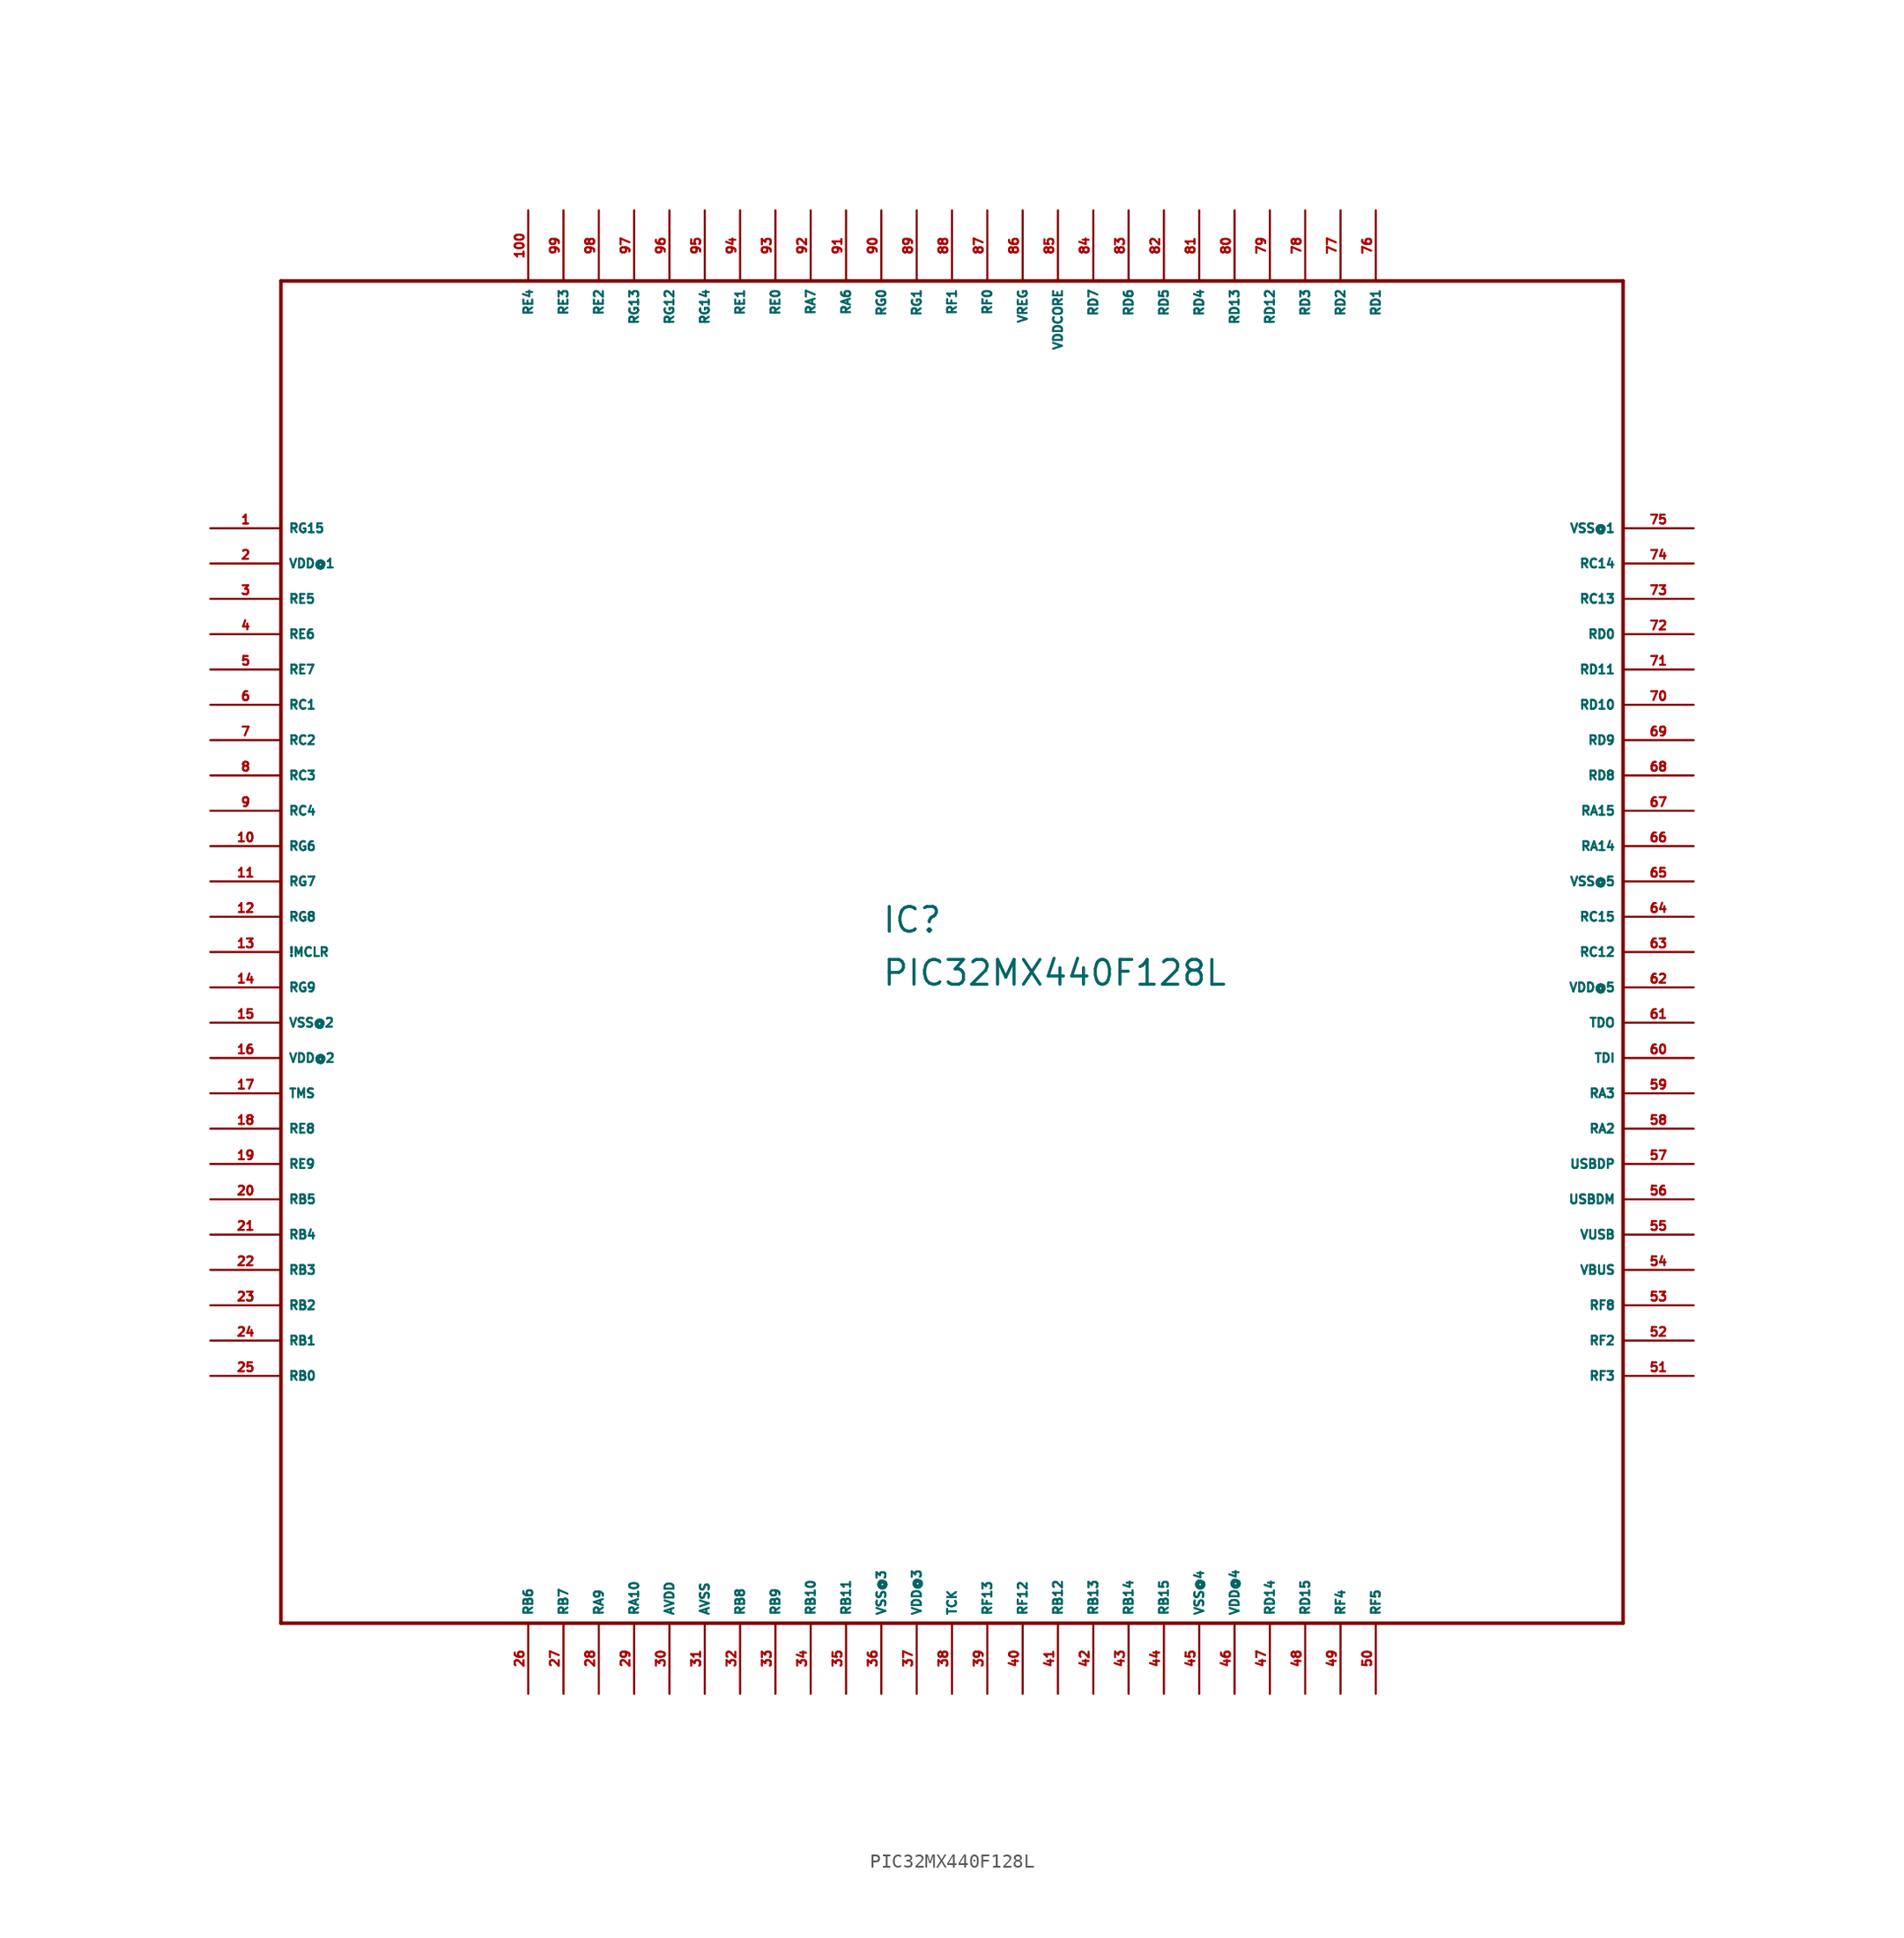
<source format=kicad_sym>
(kicad_symbol_lib
  (version 20220914)
  (generator Eagle2Kicad)
  (symbol "PIC32MX440F128L"
    (property "Reference" "IC"
      (at -5.08 1.27 0)
      (effects (font (size 1.778 1.778) (thickness 0.22)) (justify left bottom)))
    (property "Value" "PIC32MX440F128L"
      (at -5.08 -2.54 0)
      (effects (font (size 1.778 1.778) (thickness 0.22)) (justify left bottom)))
    (polyline
      (pts (xy -48.26 -48.26) (xy 48.26 -48.26))
      (stroke (width 0.254) (type default))
      (fill (type none)))
    (polyline
      (pts (xy 48.26 -48.26) (xy 48.26 48.26))
      (stroke (width 0.254) (type default))
      (fill (type none)))
    (polyline
      (pts (xy 48.26 48.26) (xy -48.26 48.26))
      (stroke (width 0.254) (type default))
      (fill (type none)))
    (polyline
      (pts (xy -48.26 48.26) (xy -48.26 -48.26))
      (stroke (width 0.254) (type default))
      (fill (type none)))
    (pin bidirectional line
      (at -53.34 30.48 0)
      (length 5.08)
      (name "RG15" (effects (font (size 0.635 0.635) (thickness 0.08)) (justify left bottom)))
      (number "1" (effects (font (size 0.635 0.635) (thickness 0.08)) (justify left bottom))))
    (pin unspecified line
      (at -53.34 27.94 0)
      (length 5.08)
      (name "VDD@1" (effects (font (size 0.635 0.635) (thickness 0.08)) (justify left bottom)))
      (number "2" (effects (font (size 0.635 0.635) (thickness 0.08)) (justify left bottom))))
    (pin bidirectional line
      (at -53.34 25.4 0)
      (length 5.08)
      (name "RE5" (effects (font (size 0.635 0.635) (thickness 0.08)) (justify left bottom)))
      (number "3" (effects (font (size 0.635 0.635) (thickness 0.08)) (justify left bottom))))
    (pin bidirectional line
      (at -53.34 22.86 0)
      (length 5.08)
      (name "RE6" (effects (font (size 0.635 0.635) (thickness 0.08)) (justify left bottom)))
      (number "4" (effects (font (size 0.635 0.635) (thickness 0.08)) (justify left bottom))))
    (pin bidirectional line
      (at -53.34 20.32 0)
      (length 5.08)
      (name "RE7" (effects (font (size 0.635 0.635) (thickness 0.08)) (justify left bottom)))
      (number "5" (effects (font (size 0.635 0.635) (thickness 0.08)) (justify left bottom))))
    (pin bidirectional line
      (at -53.34 17.78 0)
      (length 5.08)
      (name "RC1" (effects (font (size 0.635 0.635) (thickness 0.08)) (justify left bottom)))
      (number "6" (effects (font (size 0.635 0.635) (thickness 0.08)) (justify left bottom))))
    (pin bidirectional line
      (at -53.34 15.24 0)
      (length 5.08)
      (name "RC2" (effects (font (size 0.635 0.635) (thickness 0.08)) (justify left bottom)))
      (number "7" (effects (font (size 0.635 0.635) (thickness 0.08)) (justify left bottom))))
    (pin bidirectional line
      (at -53.34 12.7 0)
      (length 5.08)
      (name "RC3" (effects (font (size 0.635 0.635) (thickness 0.08)) (justify left bottom)))
      (number "8" (effects (font (size 0.635 0.635) (thickness 0.08)) (justify left bottom))))
    (pin bidirectional line
      (at -53.34 10.16 0)
      (length 5.08)
      (name "RC4" (effects (font (size 0.635 0.635) (thickness 0.08)) (justify left bottom)))
      (number "9" (effects (font (size 0.635 0.635) (thickness 0.08)) (justify left bottom))))
    (pin bidirectional line
      (at -53.34 7.62 0)
      (length 5.08)
      (name "RG6" (effects (font (size 0.635 0.635) (thickness 0.08)) (justify left bottom)))
      (number "10" (effects (font (size 0.635 0.635) (thickness 0.08)) (justify left bottom))))
    (pin bidirectional line
      (at -53.34 5.08 0)
      (length 5.08)
      (name "RG7" (effects (font (size 0.635 0.635) (thickness 0.08)) (justify left bottom)))
      (number "11" (effects (font (size 0.635 0.635) (thickness 0.08)) (justify left bottom))))
    (pin bidirectional line
      (at -53.34 2.54 0)
      (length 5.08)
      (name "RG8" (effects (font (size 0.635 0.635) (thickness 0.08)) (justify left bottom)))
      (number "12" (effects (font (size 0.635 0.635) (thickness 0.08)) (justify left bottom))))
    (pin input line
      (at -53.34 0 0)
      (length 5.08)
      (name "!MCLR" (effects (font (size 0.635 0.635) (thickness 0.08)) (justify left bottom)))
      (number "13" (effects (font (size 0.635 0.635) (thickness 0.08)) (justify left bottom))))
    (pin bidirectional line
      (at -53.34 -2.54 0)
      (length 5.08)
      (name "RG9" (effects (font (size 0.635 0.635) (thickness 0.08)) (justify left bottom)))
      (number "14" (effects (font (size 0.635 0.635) (thickness 0.08)) (justify left bottom))))
    (pin unspecified line
      (at -53.34 -5.08 0)
      (length 5.08)
      (name "VSS@2" (effects (font (size 0.635 0.635) (thickness 0.08)) (justify left bottom)))
      (number "15" (effects (font (size 0.635 0.635) (thickness 0.08)) (justify left bottom))))
    (pin unspecified line
      (at -53.34 -7.62 0)
      (length 5.08)
      (name "VDD@2" (effects (font (size 0.635 0.635) (thickness 0.08)) (justify left bottom)))
      (number "16" (effects (font (size 0.635 0.635) (thickness 0.08)) (justify left bottom))))
    (pin input line
      (at -53.34 -10.16 0)
      (length 5.08)
      (name "TMS" (effects (font (size 0.635 0.635) (thickness 0.08)) (justify left bottom)))
      (number "17" (effects (font (size 0.635 0.635) (thickness 0.08)) (justify left bottom))))
    (pin bidirectional line
      (at -53.34 -12.7 0)
      (length 5.08)
      (name "RE8" (effects (font (size 0.635 0.635) (thickness 0.08)) (justify left bottom)))
      (number "18" (effects (font (size 0.635 0.635) (thickness 0.08)) (justify left bottom))))
    (pin bidirectional line
      (at -53.34 -15.24 0)
      (length 5.08)
      (name "RE9" (effects (font (size 0.635 0.635) (thickness 0.08)) (justify left bottom)))
      (number "19" (effects (font (size 0.635 0.635) (thickness 0.08)) (justify left bottom))))
    (pin bidirectional line
      (at -53.34 -17.78 0)
      (length 5.08)
      (name "RB5" (effects (font (size 0.635 0.635) (thickness 0.08)) (justify left bottom)))
      (number "20" (effects (font (size 0.635 0.635) (thickness 0.08)) (justify left bottom))))
    (pin bidirectional line
      (at -53.34 -20.32 0)
      (length 5.08)
      (name "RB4" (effects (font (size 0.635 0.635) (thickness 0.08)) (justify left bottom)))
      (number "21" (effects (font (size 0.635 0.635) (thickness 0.08)) (justify left bottom))))
    (pin bidirectional line
      (at -53.34 -22.86 0)
      (length 5.08)
      (name "RB3" (effects (font (size 0.635 0.635) (thickness 0.08)) (justify left bottom)))
      (number "22" (effects (font (size 0.635 0.635) (thickness 0.08)) (justify left bottom))))
    (pin bidirectional line
      (at -53.34 -25.4 0)
      (length 5.08)
      (name "RB2" (effects (font (size 0.635 0.635) (thickness 0.08)) (justify left bottom)))
      (number "23" (effects (font (size 0.635 0.635) (thickness 0.08)) (justify left bottom))))
    (pin bidirectional line
      (at -53.34 -27.94 0)
      (length 5.08)
      (name "RB1" (effects (font (size 0.635 0.635) (thickness 0.08)) (justify left bottom)))
      (number "24" (effects (font (size 0.635 0.635) (thickness 0.08)) (justify left bottom))))
    (pin bidirectional line
      (at -53.34 -30.48 0)
      (length 5.08)
      (name "RB0" (effects (font (size 0.635 0.635) (thickness 0.08)) (justify left bottom)))
      (number "25" (effects (font (size 0.635 0.635) (thickness 0.08)) (justify left bottom))))
    (pin bidirectional line
      (at -30.48 -53.34 90)
      (length 5.08)
      (name "RB6" (effects (font (size 0.635 0.635) (thickness 0.08)) (justify left bottom)))
      (number "26" (effects (font (size 0.635 0.635) (thickness 0.08)) (justify left bottom))))
    (pin bidirectional line
      (at -27.94 -53.34 90)
      (length 5.08)
      (name "RB7" (effects (font (size 0.635 0.635) (thickness 0.08)) (justify left bottom)))
      (number "27" (effects (font (size 0.635 0.635) (thickness 0.08)) (justify left bottom))))
    (pin bidirectional line
      (at -25.4 -53.34 90)
      (length 5.08)
      (name "RA9" (effects (font (size 0.635 0.635) (thickness 0.08)) (justify left bottom)))
      (number "28" (effects (font (size 0.635 0.635) (thickness 0.08)) (justify left bottom))))
    (pin bidirectional line
      (at -22.86 -53.34 90)
      (length 5.08)
      (name "RA10" (effects (font (size 0.635 0.635) (thickness 0.08)) (justify left bottom)))
      (number "29" (effects (font (size 0.635 0.635) (thickness 0.08)) (justify left bottom))))
    (pin unspecified line
      (at -20.32 -53.34 90)
      (length 5.08)
      (name "AVDD" (effects (font (size 0.635 0.635) (thickness 0.08)) (justify left bottom)))
      (number "30" (effects (font (size 0.635 0.635) (thickness 0.08)) (justify left bottom))))
    (pin unspecified line
      (at -17.78 -53.34 90)
      (length 5.08)
      (name "AVSS" (effects (font (size 0.635 0.635) (thickness 0.08)) (justify left bottom)))
      (number "31" (effects (font (size 0.635 0.635) (thickness 0.08)) (justify left bottom))))
    (pin bidirectional line
      (at -15.24 -53.34 90)
      (length 5.08)
      (name "RB8" (effects (font (size 0.635 0.635) (thickness 0.08)) (justify left bottom)))
      (number "32" (effects (font (size 0.635 0.635) (thickness 0.08)) (justify left bottom))))
    (pin bidirectional line
      (at -12.7 -53.34 90)
      (length 5.08)
      (name "RB9" (effects (font (size 0.635 0.635) (thickness 0.08)) (justify left bottom)))
      (number "33" (effects (font (size 0.635 0.635) (thickness 0.08)) (justify left bottom))))
    (pin bidirectional line
      (at -10.16 -53.34 90)
      (length 5.08)
      (name "RB10" (effects (font (size 0.635 0.635) (thickness 0.08)) (justify left bottom)))
      (number "34" (effects (font (size 0.635 0.635) (thickness 0.08)) (justify left bottom))))
    (pin bidirectional line
      (at -7.62 -53.34 90)
      (length 5.08)
      (name "RB11" (effects (font (size 0.635 0.635) (thickness 0.08)) (justify left bottom)))
      (number "35" (effects (font (size 0.635 0.635) (thickness 0.08)) (justify left bottom))))
    (pin unspecified line
      (at -5.08 -53.34 90)
      (length 5.08)
      (name "VSS@3" (effects (font (size 0.635 0.635) (thickness 0.08)) (justify left bottom)))
      (number "36" (effects (font (size 0.635 0.635) (thickness 0.08)) (justify left bottom))))
    (pin unspecified line
      (at -2.54 -53.34 90)
      (length 5.08)
      (name "VDD@3" (effects (font (size 0.635 0.635) (thickness 0.08)) (justify left bottom)))
      (number "37" (effects (font (size 0.635 0.635) (thickness 0.08)) (justify left bottom))))
    (pin input line
      (at 0 -53.34 90)
      (length 5.08)
      (name "TCK" (effects (font (size 0.635 0.635) (thickness 0.08)) (justify left bottom)))
      (number "38" (effects (font (size 0.635 0.635) (thickness 0.08)) (justify left bottom))))
    (pin bidirectional line
      (at 2.54 -53.34 90)
      (length 5.08)
      (name "RF13" (effects (font (size 0.635 0.635) (thickness 0.08)) (justify left bottom)))
      (number "39" (effects (font (size 0.635 0.635) (thickness 0.08)) (justify left bottom))))
    (pin bidirectional line
      (at 5.08 -53.34 90)
      (length 5.08)
      (name "RF12" (effects (font (size 0.635 0.635) (thickness 0.08)) (justify left bottom)))
      (number "40" (effects (font (size 0.635 0.635) (thickness 0.08)) (justify left bottom))))
    (pin bidirectional line
      (at 7.62 -53.34 90)
      (length 5.08)
      (name "RB12" (effects (font (size 0.635 0.635) (thickness 0.08)) (justify left bottom)))
      (number "41" (effects (font (size 0.635 0.635) (thickness 0.08)) (justify left bottom))))
    (pin bidirectional line
      (at 10.16 -53.34 90)
      (length 5.08)
      (name "RB13" (effects (font (size 0.635 0.635) (thickness 0.08)) (justify left bottom)))
      (number "42" (effects (font (size 0.635 0.635) (thickness 0.08)) (justify left bottom))))
    (pin bidirectional line
      (at 12.7 -53.34 90)
      (length 5.08)
      (name "RB14" (effects (font (size 0.635 0.635) (thickness 0.08)) (justify left bottom)))
      (number "43" (effects (font (size 0.635 0.635) (thickness 0.08)) (justify left bottom))))
    (pin bidirectional line
      (at 15.24 -53.34 90)
      (length 5.08)
      (name "RB15" (effects (font (size 0.635 0.635) (thickness 0.08)) (justify left bottom)))
      (number "44" (effects (font (size 0.635 0.635) (thickness 0.08)) (justify left bottom))))
    (pin unspecified line
      (at 17.78 -53.34 90)
      (length 5.08)
      (name "VSS@4" (effects (font (size 0.635 0.635) (thickness 0.08)) (justify left bottom)))
      (number "45" (effects (font (size 0.635 0.635) (thickness 0.08)) (justify left bottom))))
    (pin unspecified line
      (at 20.32 -53.34 90)
      (length 5.08)
      (name "VDD@4" (effects (font (size 0.635 0.635) (thickness 0.08)) (justify left bottom)))
      (number "46" (effects (font (size 0.635 0.635) (thickness 0.08)) (justify left bottom))))
    (pin bidirectional line
      (at 22.86 -53.34 90)
      (length 5.08)
      (name "RD14" (effects (font (size 0.635 0.635) (thickness 0.08)) (justify left bottom)))
      (number "47" (effects (font (size 0.635 0.635) (thickness 0.08)) (justify left bottom))))
    (pin bidirectional line
      (at 25.4 -53.34 90)
      (length 5.08)
      (name "RD15" (effects (font (size 0.635 0.635) (thickness 0.08)) (justify left bottom)))
      (number "48" (effects (font (size 0.635 0.635) (thickness 0.08)) (justify left bottom))))
    (pin bidirectional line
      (at 27.94 -53.34 90)
      (length 5.08)
      (name "RF4" (effects (font (size 0.635 0.635) (thickness 0.08)) (justify left bottom)))
      (number "49" (effects (font (size 0.635 0.635) (thickness 0.08)) (justify left bottom))))
    (pin bidirectional line
      (at 30.48 -53.34 90)
      (length 5.08)
      (name "RF5" (effects (font (size 0.635 0.635) (thickness 0.08)) (justify left bottom)))
      (number "50" (effects (font (size 0.635 0.635) (thickness 0.08)) (justify left bottom))))
    (pin bidirectional line
      (at 53.34 -30.48 180)
      (length 5.08)
      (name "RF3" (effects (font (size 0.635 0.635) (thickness 0.08)) (justify left bottom)))
      (number "51" (effects (font (size 0.635 0.635) (thickness 0.08)) (justify left bottom))))
    (pin bidirectional line
      (at 53.34 -27.94 180)
      (length 5.08)
      (name "RF2" (effects (font (size 0.635 0.635) (thickness 0.08)) (justify left bottom)))
      (number "52" (effects (font (size 0.635 0.635) (thickness 0.08)) (justify left bottom))))
    (pin bidirectional line
      (at 53.34 -25.4 180)
      (length 5.08)
      (name "RF8" (effects (font (size 0.635 0.635) (thickness 0.08)) (justify left bottom)))
      (number "53" (effects (font (size 0.635 0.635) (thickness 0.08)) (justify left bottom))))
    (pin bidirectional line
      (at 53.34 -22.86 180)
      (length 5.08)
      (name "VBUS" (effects (font (size 0.635 0.635) (thickness 0.08)) (justify left bottom)))
      (number "54" (effects (font (size 0.635 0.635) (thickness 0.08)) (justify left bottom))))
    (pin passive line
      (at 53.34 -20.32 180)
      (length 5.08)
      (name "VUSB" (effects (font (size 0.635 0.635) (thickness 0.08)) (justify left bottom)))
      (number "55" (effects (font (size 0.635 0.635) (thickness 0.08)) (justify left bottom))))
    (pin bidirectional line
      (at 53.34 -17.78 180)
      (length 5.08)
      (name "USBDM" (effects (font (size 0.635 0.635) (thickness 0.08)) (justify left bottom)))
      (number "56" (effects (font (size 0.635 0.635) (thickness 0.08)) (justify left bottom))))
    (pin bidirectional line
      (at 53.34 -15.24 180)
      (length 5.08)
      (name "USBDP" (effects (font (size 0.635 0.635) (thickness 0.08)) (justify left bottom)))
      (number "57" (effects (font (size 0.635 0.635) (thickness 0.08)) (justify left bottom))))
    (pin bidirectional line
      (at 53.34 -12.7 180)
      (length 5.08)
      (name "RA2" (effects (font (size 0.635 0.635) (thickness 0.08)) (justify left bottom)))
      (number "58" (effects (font (size 0.635 0.635) (thickness 0.08)) (justify left bottom))))
    (pin bidirectional line
      (at 53.34 -10.16 180)
      (length 5.08)
      (name "RA3" (effects (font (size 0.635 0.635) (thickness 0.08)) (justify left bottom)))
      (number "59" (effects (font (size 0.635 0.635) (thickness 0.08)) (justify left bottom))))
    (pin input line
      (at 53.34 -7.62 180)
      (length 5.08)
      (name "TDI" (effects (font (size 0.635 0.635) (thickness 0.08)) (justify left bottom)))
      (number "60" (effects (font (size 0.635 0.635) (thickness 0.08)) (justify left bottom))))
    (pin output line
      (at 53.34 -5.08 180)
      (length 5.08)
      (name "TDO" (effects (font (size 0.635 0.635) (thickness 0.08)) (justify left bottom)))
      (number "61" (effects (font (size 0.635 0.635) (thickness 0.08)) (justify left bottom))))
    (pin unspecified line
      (at 53.34 -2.54 180)
      (length 5.08)
      (name "VDD@5" (effects (font (size 0.635 0.635) (thickness 0.08)) (justify left bottom)))
      (number "62" (effects (font (size 0.635 0.635) (thickness 0.08)) (justify left bottom))))
    (pin bidirectional line
      (at 53.34 0 180)
      (length 5.08)
      (name "RC12" (effects (font (size 0.635 0.635) (thickness 0.08)) (justify left bottom)))
      (number "63" (effects (font (size 0.635 0.635) (thickness 0.08)) (justify left bottom))))
    (pin bidirectional line
      (at 53.34 2.54 180)
      (length 5.08)
      (name "RC15" (effects (font (size 0.635 0.635) (thickness 0.08)) (justify left bottom)))
      (number "64" (effects (font (size 0.635 0.635) (thickness 0.08)) (justify left bottom))))
    (pin unspecified line
      (at 53.34 5.08 180)
      (length 5.08)
      (name "VSS@5" (effects (font (size 0.635 0.635) (thickness 0.08)) (justify left bottom)))
      (number "65" (effects (font (size 0.635 0.635) (thickness 0.08)) (justify left bottom))))
    (pin bidirectional line
      (at 53.34 7.62 180)
      (length 5.08)
      (name "RA14" (effects (font (size 0.635 0.635) (thickness 0.08)) (justify left bottom)))
      (number "66" (effects (font (size 0.635 0.635) (thickness 0.08)) (justify left bottom))))
    (pin bidirectional line
      (at 53.34 10.16 180)
      (length 5.08)
      (name "RA15" (effects (font (size 0.635 0.635) (thickness 0.08)) (justify left bottom)))
      (number "67" (effects (font (size 0.635 0.635) (thickness 0.08)) (justify left bottom))))
    (pin bidirectional line
      (at 53.34 12.7 180)
      (length 5.08)
      (name "RD8" (effects (font (size 0.635 0.635) (thickness 0.08)) (justify left bottom)))
      (number "68" (effects (font (size 0.635 0.635) (thickness 0.08)) (justify left bottom))))
    (pin bidirectional line
      (at 53.34 15.24 180)
      (length 5.08)
      (name "RD9" (effects (font (size 0.635 0.635) (thickness 0.08)) (justify left bottom)))
      (number "69" (effects (font (size 0.635 0.635) (thickness 0.08)) (justify left bottom))))
    (pin bidirectional line
      (at 53.34 17.78 180)
      (length 5.08)
      (name "RD10" (effects (font (size 0.635 0.635) (thickness 0.08)) (justify left bottom)))
      (number "70" (effects (font (size 0.635 0.635) (thickness 0.08)) (justify left bottom))))
    (pin bidirectional line
      (at 53.34 20.32 180)
      (length 5.08)
      (name "RD11" (effects (font (size 0.635 0.635) (thickness 0.08)) (justify left bottom)))
      (number "71" (effects (font (size 0.635 0.635) (thickness 0.08)) (justify left bottom))))
    (pin bidirectional line
      (at 53.34 22.86 180)
      (length 5.08)
      (name "RD0" (effects (font (size 0.635 0.635) (thickness 0.08)) (justify left bottom)))
      (number "72" (effects (font (size 0.635 0.635) (thickness 0.08)) (justify left bottom))))
    (pin bidirectional line
      (at 53.34 25.4 180)
      (length 5.08)
      (name "RC13" (effects (font (size 0.635 0.635) (thickness 0.08)) (justify left bottom)))
      (number "73" (effects (font (size 0.635 0.635) (thickness 0.08)) (justify left bottom))))
    (pin bidirectional line
      (at 53.34 27.94 180)
      (length 5.08)
      (name "RC14" (effects (font (size 0.635 0.635) (thickness 0.08)) (justify left bottom)))
      (number "74" (effects (font (size 0.635 0.635) (thickness 0.08)) (justify left bottom))))
    (pin unspecified line
      (at 53.34 30.48 180)
      (length 5.08)
      (name "VSS@1" (effects (font (size 0.635 0.635) (thickness 0.08)) (justify left bottom)))
      (number "75" (effects (font (size 0.635 0.635) (thickness 0.08)) (justify left bottom))))
    (pin bidirectional line
      (at 30.48 53.34 270)
      (length 5.08)
      (name "RD1" (effects (font (size 0.635 0.635) (thickness 0.08)) (justify left bottom)))
      (number "76" (effects (font (size 0.635 0.635) (thickness 0.08)) (justify left bottom))))
    (pin bidirectional line
      (at 27.94 53.34 270)
      (length 5.08)
      (name "RD2" (effects (font (size 0.635 0.635) (thickness 0.08)) (justify left bottom)))
      (number "77" (effects (font (size 0.635 0.635) (thickness 0.08)) (justify left bottom))))
    (pin bidirectional line
      (at 25.4 53.34 270)
      (length 5.08)
      (name "RD3" (effects (font (size 0.635 0.635) (thickness 0.08)) (justify left bottom)))
      (number "78" (effects (font (size 0.635 0.635) (thickness 0.08)) (justify left bottom))))
    (pin bidirectional line
      (at 22.86 53.34 270)
      (length 5.08)
      (name "RD12" (effects (font (size 0.635 0.635) (thickness 0.08)) (justify left bottom)))
      (number "79" (effects (font (size 0.635 0.635) (thickness 0.08)) (justify left bottom))))
    (pin bidirectional line
      (at 20.32 53.34 270)
      (length 5.08)
      (name "RD13" (effects (font (size 0.635 0.635) (thickness 0.08)) (justify left bottom)))
      (number "80" (effects (font (size 0.635 0.635) (thickness 0.08)) (justify left bottom))))
    (pin bidirectional line
      (at 17.78 53.34 270)
      (length 5.08)
      (name "RD4" (effects (font (size 0.635 0.635) (thickness 0.08)) (justify left bottom)))
      (number "81" (effects (font (size 0.635 0.635) (thickness 0.08)) (justify left bottom))))
    (pin bidirectional line
      (at 15.24 53.34 270)
      (length 5.08)
      (name "RD5" (effects (font (size 0.635 0.635) (thickness 0.08)) (justify left bottom)))
      (number "82" (effects (font (size 0.635 0.635) (thickness 0.08)) (justify left bottom))))
    (pin bidirectional line
      (at 12.7 53.34 270)
      (length 5.08)
      (name "RD6" (effects (font (size 0.635 0.635) (thickness 0.08)) (justify left bottom)))
      (number "83" (effects (font (size 0.635 0.635) (thickness 0.08)) (justify left bottom))))
    (pin bidirectional line
      (at 10.16 53.34 270)
      (length 5.08)
      (name "RD7" (effects (font (size 0.635 0.635) (thickness 0.08)) (justify left bottom)))
      (number "84" (effects (font (size 0.635 0.635) (thickness 0.08)) (justify left bottom))))
    (pin unspecified line
      (at 7.62 53.34 270)
      (length 5.08)
      (name "VDDCORE" (effects (font (size 0.635 0.635) (thickness 0.08)) (justify left bottom)))
      (number "85" (effects (font (size 0.635 0.635) (thickness 0.08)) (justify left bottom))))
    (pin passive line
      (at 5.08 53.34 270)
      (length 5.08)
      (name "VREG" (effects (font (size 0.635 0.635) (thickness 0.08)) (justify left bottom)))
      (number "86" (effects (font (size 0.635 0.635) (thickness 0.08)) (justify left bottom))))
    (pin bidirectional line
      (at 2.54 53.34 270)
      (length 5.08)
      (name "RF0" (effects (font (size 0.635 0.635) (thickness 0.08)) (justify left bottom)))
      (number "87" (effects (font (size 0.635 0.635) (thickness 0.08)) (justify left bottom))))
    (pin bidirectional line
      (at 0 53.34 270)
      (length 5.08)
      (name "RF1" (effects (font (size 0.635 0.635) (thickness 0.08)) (justify left bottom)))
      (number "88" (effects (font (size 0.635 0.635) (thickness 0.08)) (justify left bottom))))
    (pin bidirectional line
      (at -2.54 53.34 270)
      (length 5.08)
      (name "RG1" (effects (font (size 0.635 0.635) (thickness 0.08)) (justify left bottom)))
      (number "89" (effects (font (size 0.635 0.635) (thickness 0.08)) (justify left bottom))))
    (pin bidirectional line
      (at -5.08 53.34 270)
      (length 5.08)
      (name "RG0" (effects (font (size 0.635 0.635) (thickness 0.08)) (justify left bottom)))
      (number "90" (effects (font (size 0.635 0.635) (thickness 0.08)) (justify left bottom))))
    (pin bidirectional line
      (at -7.62 53.34 270)
      (length 5.08)
      (name "RA6" (effects (font (size 0.635 0.635) (thickness 0.08)) (justify left bottom)))
      (number "91" (effects (font (size 0.635 0.635) (thickness 0.08)) (justify left bottom))))
    (pin bidirectional line
      (at -10.16 53.34 270)
      (length 5.08)
      (name "RA7" (effects (font (size 0.635 0.635) (thickness 0.08)) (justify left bottom)))
      (number "92" (effects (font (size 0.635 0.635) (thickness 0.08)) (justify left bottom))))
    (pin bidirectional line
      (at -12.7 53.34 270)
      (length 5.08)
      (name "RE0" (effects (font (size 0.635 0.635) (thickness 0.08)) (justify left bottom)))
      (number "93" (effects (font (size 0.635 0.635) (thickness 0.08)) (justify left bottom))))
    (pin bidirectional line
      (at -15.24 53.34 270)
      (length 5.08)
      (name "RE1" (effects (font (size 0.635 0.635) (thickness 0.08)) (justify left bottom)))
      (number "94" (effects (font (size 0.635 0.635) (thickness 0.08)) (justify left bottom))))
    (pin bidirectional line
      (at -17.78 53.34 270)
      (length 5.08)
      (name "RG14" (effects (font (size 0.635 0.635) (thickness 0.08)) (justify left bottom)))
      (number "95" (effects (font (size 0.635 0.635) (thickness 0.08)) (justify left bottom))))
    (pin bidirectional line
      (at -20.32 53.34 270)
      (length 5.08)
      (name "RG12" (effects (font (size 0.635 0.635) (thickness 0.08)) (justify left bottom)))
      (number "96" (effects (font (size 0.635 0.635) (thickness 0.08)) (justify left bottom))))
    (pin bidirectional line
      (at -22.86 53.34 270)
      (length 5.08)
      (name "RG13" (effects (font (size 0.635 0.635) (thickness 0.08)) (justify left bottom)))
      (number "97" (effects (font (size 0.635 0.635) (thickness 0.08)) (justify left bottom))))
    (pin bidirectional line
      (at -25.4 53.34 270)
      (length 5.08)
      (name "RE2" (effects (font (size 0.635 0.635) (thickness 0.08)) (justify left bottom)))
      (number "98" (effects (font (size 0.635 0.635) (thickness 0.08)) (justify left bottom))))
    (pin bidirectional line
      (at -27.94 53.34 270)
      (length 5.08)
      (name "RE3" (effects (font (size 0.635 0.635) (thickness 0.08)) (justify left bottom)))
      (number "99" (effects (font (size 0.635 0.635) (thickness 0.08)) (justify left bottom))))
    (pin bidirectional line
      (at -30.48 53.34 270)
      (length 5.08)
      (name "RE4" (effects (font (size 0.635 0.635) (thickness 0.08)) (justify left bottom)))
      (number "100" (effects (font (size 0.635 0.635) (thickness 0.08)) (justify left bottom))))))
</source>
